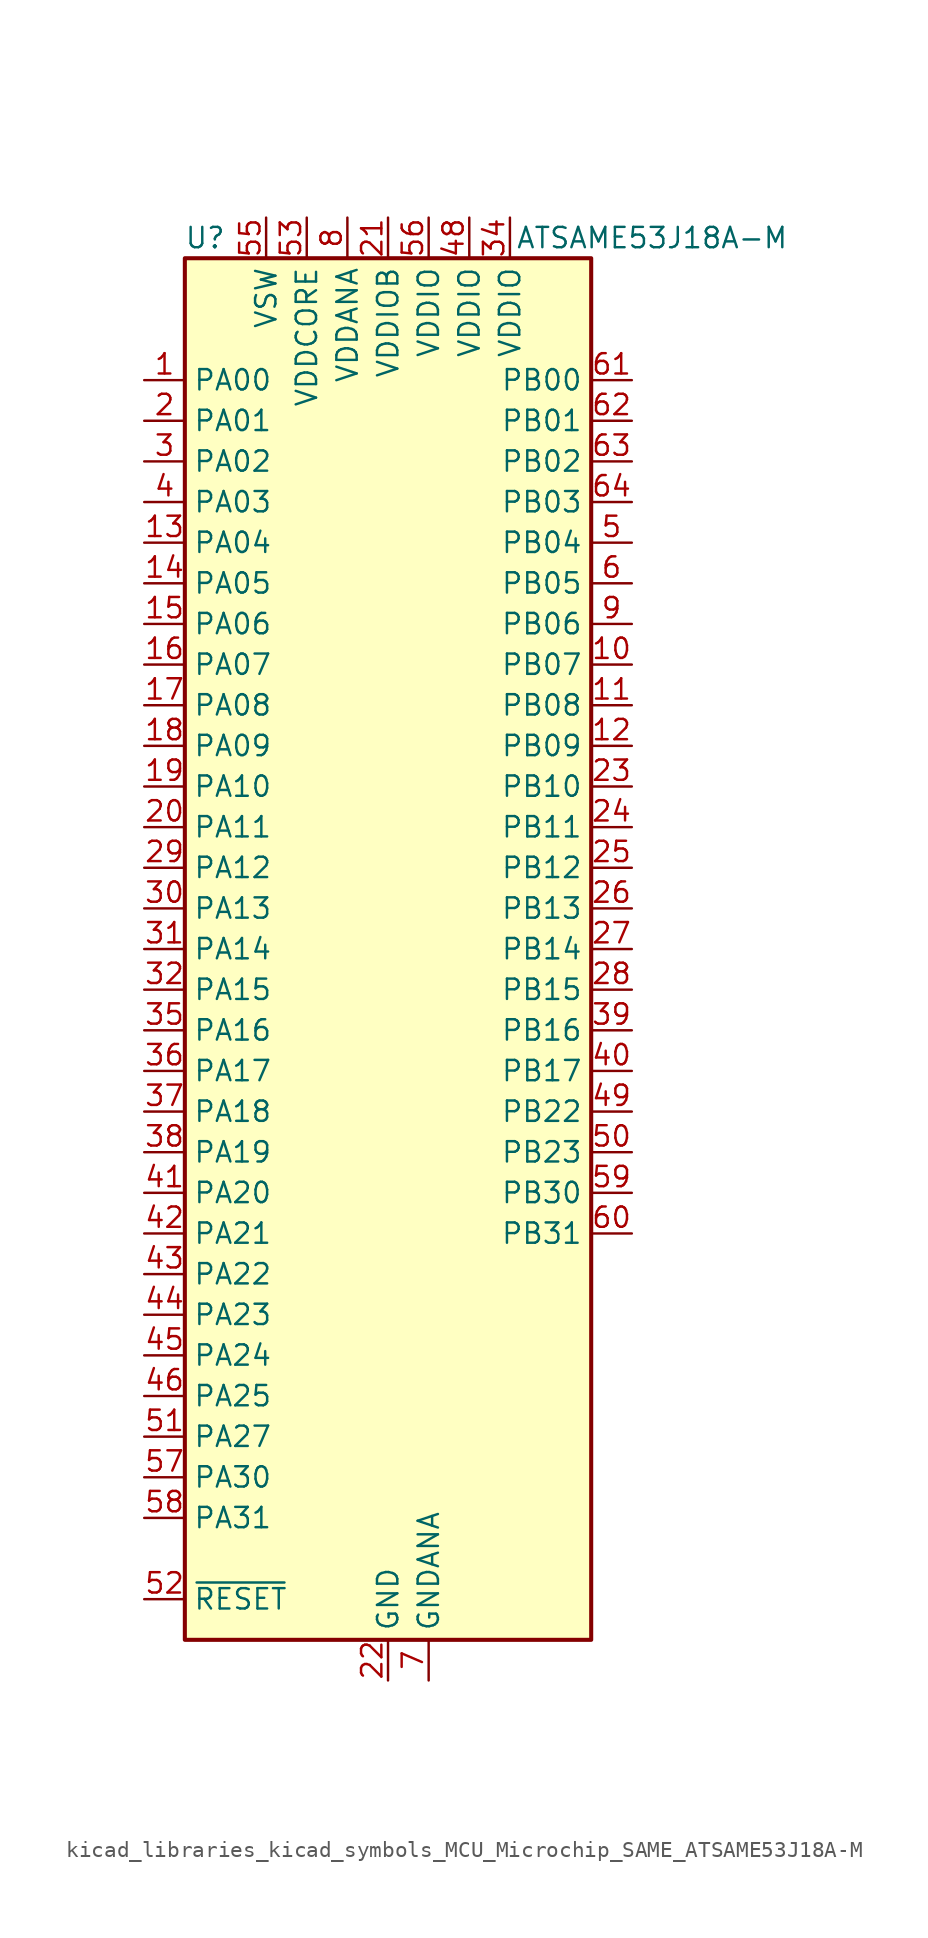
<source format=kicad_sym>
(kicad_symbol_lib
  (version 20220914)
  (generator kicad_symbol_editor)
  (symbol "kicad_libraries_kicad_symbols_MCU_Microchip_SAME_ATSAME53J18A-M"
    (property "Reference" "U"
      (at -11.43 44.45 0)
      (effects (font (size 1.27 1.27))))
    (property "Value" "ATSAME53J18A-M"
      (at 16.51 44.45 0)
      (effects (font (size 1.27 1.27))))
    (symbol "kicad_libraries_kicad_symbols_MCU_Microchip_SAME_ATSAME53J18A-M_0_1"
      (rectangle (start -12.7 43.18) (end 12.7 -43.18) (stroke (width 0.254) (type default)) (fill (type background))))
    (symbol "kicad_libraries_kicad_symbols_MCU_Microchip_SAME_ATSAME53J18A-M_1_1"
      (pin bidirectional line (at -15.24 35.56 0) (length 2.54) (name "PA00" (effects (font (size 1.27 1.27)))) (number "1" (effects (font (size 1.27 1.27)))))
      (pin bidirectional line (at 15.24 17.78 180) (length 2.54) (name "PB07" (effects (font (size 1.27 1.27)))) (number "10" (effects (font (size 1.27 1.27)))))
      (pin bidirectional line (at 15.24 15.24 180) (length 2.54) (name "PB08" (effects (font (size 1.27 1.27)))) (number "11" (effects (font (size 1.27 1.27)))))
      (pin bidirectional line (at 15.24 12.7 180) (length 2.54) (name "PB09" (effects (font (size 1.27 1.27)))) (number "12" (effects (font (size 1.27 1.27)))))
      (pin bidirectional line (at -15.24 25.4 0) (length 2.54) (name "PA04" (effects (font (size 1.27 1.27)))) (number "13" (effects (font (size 1.27 1.27)))))
      (pin bidirectional line (at -15.24 22.86 0) (length 2.54) (name "PA05" (effects (font (size 1.27 1.27)))) (number "14" (effects (font (size 1.27 1.27)))))
      (pin bidirectional line (at -15.24 20.32 0) (length 2.54) (name "PA06" (effects (font (size 1.27 1.27)))) (number "15" (effects (font (size 1.27 1.27)))))
      (pin bidirectional line (at -15.24 17.78 0) (length 2.54) (name "PA07" (effects (font (size 1.27 1.27)))) (number "16" (effects (font (size 1.27 1.27)))))
      (pin bidirectional line (at -15.24 15.24 0) (length 2.54) (name "PA08" (effects (font (size 1.27 1.27)))) (number "17" (effects (font (size 1.27 1.27)))))
      (pin bidirectional line (at -15.24 12.7 0) (length 2.54) (name "PA09" (effects (font (size 1.27 1.27)))) (number "18" (effects (font (size 1.27 1.27)))))
      (pin bidirectional line (at -15.24 10.16 0) (length 2.54) (name "PA10" (effects (font (size 1.27 1.27)))) (number "19" (effects (font (size 1.27 1.27)))))
      (pin bidirectional line (at -15.24 33.02 0) (length 2.54) (name "PA01" (effects (font (size 1.27 1.27)))) (number "2" (effects (font (size 1.27 1.27)))))
      (pin bidirectional line (at -15.24 7.62 0) (length 2.54) (name "PA11" (effects (font (size 1.27 1.27)))) (number "20" (effects (font (size 1.27 1.27)))))
      (pin power_in line (at 0 45.72 270) (length 2.54) (name "VDDIOB" (effects (font (size 1.27 1.27)))) (number "21" (effects (font (size 1.27 1.27)))))
      (pin power_in line (at 0 -45.72 90) (length 2.54) (name "GND" (effects (font (size 1.27 1.27)))) (number "22" (effects (font (size 1.27 1.27)))))
      (pin bidirectional line (at 15.24 10.16 180) (length 2.54) (name "PB10" (effects (font (size 1.27 1.27)))) (number "23" (effects (font (size 1.27 1.27)))))
      (pin bidirectional line (at 15.24 7.62 180) (length 2.54) (name "PB11" (effects (font (size 1.27 1.27)))) (number "24" (effects (font (size 1.27 1.27)))))
      (pin bidirectional line (at 15.24 5.08 180) (length 2.54) (name "PB12" (effects (font (size 1.27 1.27)))) (number "25" (effects (font (size 1.27 1.27)))))
      (pin bidirectional line (at 15.24 2.54 180) (length 2.54) (name "PB13" (effects (font (size 1.27 1.27)))) (number "26" (effects (font (size 1.27 1.27)))))
      (pin bidirectional line (at 15.24 0 180) (length 2.54) (name "PB14" (effects (font (size 1.27 1.27)))) (number "27" (effects (font (size 1.27 1.27)))))
      (pin bidirectional line (at 15.24 -2.54 180) (length 2.54) (name "PB15" (effects (font (size 1.27 1.27)))) (number "28" (effects (font (size 1.27 1.27)))))
      (pin bidirectional line (at -15.24 5.08 0) (length 2.54) (name "PA12" (effects (font (size 1.27 1.27)))) (number "29" (effects (font (size 1.27 1.27)))))
      (pin bidirectional line (at -15.24 30.48 0) (length 2.54) (name "PA02" (effects (font (size 1.27 1.27)))) (number "3" (effects (font (size 1.27 1.27)))))
      (pin bidirectional line (at -15.24 2.54 0) (length 2.54) (name "PA13" (effects (font (size 1.27 1.27)))) (number "30" (effects (font (size 1.27 1.27)))))
      (pin bidirectional line (at -15.24 0 0) (length 2.54) (name "PA14" (effects (font (size 1.27 1.27)))) (number "31" (effects (font (size 1.27 1.27)))))
      (pin bidirectional line (at -15.24 -2.54 0) (length 2.54) (name "PA15" (effects (font (size 1.27 1.27)))) (number "32" (effects (font (size 1.27 1.27)))))
      (pin passive line (at 0 -45.72 90) (length 2.54) hide (name "GND" (effects (font (size 1.27 1.27)))) (number "33" (effects (font (size 1.27 1.27)))))
      (pin power_in line (at 7.62 45.72 270) (length 2.54) (name "VDDIO" (effects (font (size 1.27 1.27)))) (number "34" (effects (font (size 1.27 1.27)))))
      (pin bidirectional line (at -15.24 -5.08 0) (length 2.54) (name "PA16" (effects (font (size 1.27 1.27)))) (number "35" (effects (font (size 1.27 1.27)))))
      (pin bidirectional line (at -15.24 -7.62 0) (length 2.54) (name "PA17" (effects (font (size 1.27 1.27)))) (number "36" (effects (font (size 1.27 1.27)))))
      (pin bidirectional line (at -15.24 -10.16 0) (length 2.54) (name "PA18" (effects (font (size 1.27 1.27)))) (number "37" (effects (font (size 1.27 1.27)))))
      (pin bidirectional line (at -15.24 -12.7 0) (length 2.54) (name "PA19" (effects (font (size 1.27 1.27)))) (number "38" (effects (font (size 1.27 1.27)))))
      (pin bidirectional line (at 15.24 -5.08 180) (length 2.54) (name "PB16" (effects (font (size 1.27 1.27)))) (number "39" (effects (font (size 1.27 1.27)))))
      (pin bidirectional line (at -15.24 27.94 0) (length 2.54) (name "PA03" (effects (font (size 1.27 1.27)))) (number "4" (effects (font (size 1.27 1.27)))))
      (pin bidirectional line (at 15.24 -7.62 180) (length 2.54) (name "PB17" (effects (font (size 1.27 1.27)))) (number "40" (effects (font (size 1.27 1.27)))))
      (pin bidirectional line (at -15.24 -15.24 0) (length 2.54) (name "PA20" (effects (font (size 1.27 1.27)))) (number "41" (effects (font (size 1.27 1.27)))))
      (pin bidirectional line (at -15.24 -17.78 0) (length 2.54) (name "PA21" (effects (font (size 1.27 1.27)))) (number "42" (effects (font (size 1.27 1.27)))))
      (pin bidirectional line (at -15.24 -20.32 0) (length 2.54) (name "PA22" (effects (font (size 1.27 1.27)))) (number "43" (effects (font (size 1.27 1.27)))))
      (pin bidirectional line (at -15.24 -22.86 0) (length 2.54) (name "PA23" (effects (font (size 1.27 1.27)))) (number "44" (effects (font (size 1.27 1.27)))))
      (pin bidirectional line (at -15.24 -25.4 0) (length 2.54) (name "PA24" (effects (font (size 1.27 1.27)))) (number "45" (effects (font (size 1.27 1.27)))))
      (pin bidirectional line (at -15.24 -27.94 0) (length 2.54) (name "PA25" (effects (font (size 1.27 1.27)))) (number "46" (effects (font (size 1.27 1.27)))))
      (pin passive line (at 0 -45.72 90) (length 2.54) hide (name "GND" (effects (font (size 1.27 1.27)))) (number "47" (effects (font (size 1.27 1.27)))))
      (pin power_in line (at 5.08 45.72 270) (length 2.54) (name "VDDIO" (effects (font (size 1.27 1.27)))) (number "48" (effects (font (size 1.27 1.27)))))
      (pin bidirectional line (at 15.24 -10.16 180) (length 2.54) (name "PB22" (effects (font (size 1.27 1.27)))) (number "49" (effects (font (size 1.27 1.27)))))
      (pin bidirectional line (at 15.24 25.4 180) (length 2.54) (name "PB04" (effects (font (size 1.27 1.27)))) (number "5" (effects (font (size 1.27 1.27)))))
      (pin bidirectional line (at 15.24 -12.7 180) (length 2.54) (name "PB23" (effects (font (size 1.27 1.27)))) (number "50" (effects (font (size 1.27 1.27)))))
      (pin bidirectional line (at -15.24 -30.48 0) (length 2.54) (name "PA27" (effects (font (size 1.27 1.27)))) (number "51" (effects (font (size 1.27 1.27)))))
      (pin input line (at -15.24 -40.64 0) (length 2.54) (name "~{RESET}" (effects (font (size 1.27 1.27)))) (number "52" (effects (font (size 1.27 1.27)))))
      (pin power_out line (at -5.08 45.72 270) (length 2.54) (name "VDDCORE" (effects (font (size 1.27 1.27)))) (number "53" (effects (font (size 1.27 1.27)))))
      (pin passive line (at 0 -45.72 90) (length 2.54) hide (name "GND" (effects (font (size 1.27 1.27)))) (number "54" (effects (font (size 1.27 1.27)))))
      (pin power_in line (at -7.62 45.72 270) (length 2.54) (name "VSW" (effects (font (size 1.27 1.27)))) (number "55" (effects (font (size 1.27 1.27)))))
      (pin power_in line (at 2.54 45.72 270) (length 2.54) (name "VDDIO" (effects (font (size 1.27 1.27)))) (number "56" (effects (font (size 1.27 1.27)))))
      (pin bidirectional line (at -15.24 -33.02 0) (length 2.54) (name "PA30" (effects (font (size 1.27 1.27)))) (number "57" (effects (font (size 1.27 1.27)))))
      (pin bidirectional line (at -15.24 -35.56 0) (length 2.54) (name "PA31" (effects (font (size 1.27 1.27)))) (number "58" (effects (font (size 1.27 1.27)))))
      (pin bidirectional line (at 15.24 -15.24 180) (length 2.54) (name "PB30" (effects (font (size 1.27 1.27)))) (number "59" (effects (font (size 1.27 1.27)))))
      (pin bidirectional line (at 15.24 22.86 180) (length 2.54) (name "PB05" (effects (font (size 1.27 1.27)))) (number "6" (effects (font (size 1.27 1.27)))))
      (pin bidirectional line (at 15.24 -17.78 180) (length 2.54) (name "PB31" (effects (font (size 1.27 1.27)))) (number "60" (effects (font (size 1.27 1.27)))))
      (pin bidirectional line (at 15.24 35.56 180) (length 2.54) (name "PB00" (effects (font (size 1.27 1.27)))) (number "61" (effects (font (size 1.27 1.27)))))
      (pin bidirectional line (at 15.24 33.02 180) (length 2.54) (name "PB01" (effects (font (size 1.27 1.27)))) (number "62" (effects (font (size 1.27 1.27)))))
      (pin bidirectional line (at 15.24 30.48 180) (length 2.54) (name "PB02" (effects (font (size 1.27 1.27)))) (number "63" (effects (font (size 1.27 1.27)))))
      (pin bidirectional line (at 15.24 27.94 180) (length 2.54) (name "PB03" (effects (font (size 1.27 1.27)))) (number "64" (effects (font (size 1.27 1.27)))))
      (pin passive line (at 0 -45.72 90) (length 2.54) hide (name "GND" (effects (font (size 1.27 1.27)))) (number "65" (effects (font (size 1.27 1.27)))))
      (pin power_in line (at 2.54 -45.72 90) (length 2.54) (name "GNDANA" (effects (font (size 1.27 1.27)))) (number "7" (effects (font (size 1.27 1.27)))))
      (pin power_in line (at -2.54 45.72 270) (length 2.54) (name "VDDANA" (effects (font (size 1.27 1.27)))) (number "8" (effects (font (size 1.27 1.27)))))
      (pin bidirectional line (at 15.24 20.32 180) (length 2.54) (name "PB06" (effects (font (size 1.27 1.27)))) (number "9" (effects (font (size 1.27 1.27))))))))
</source>
